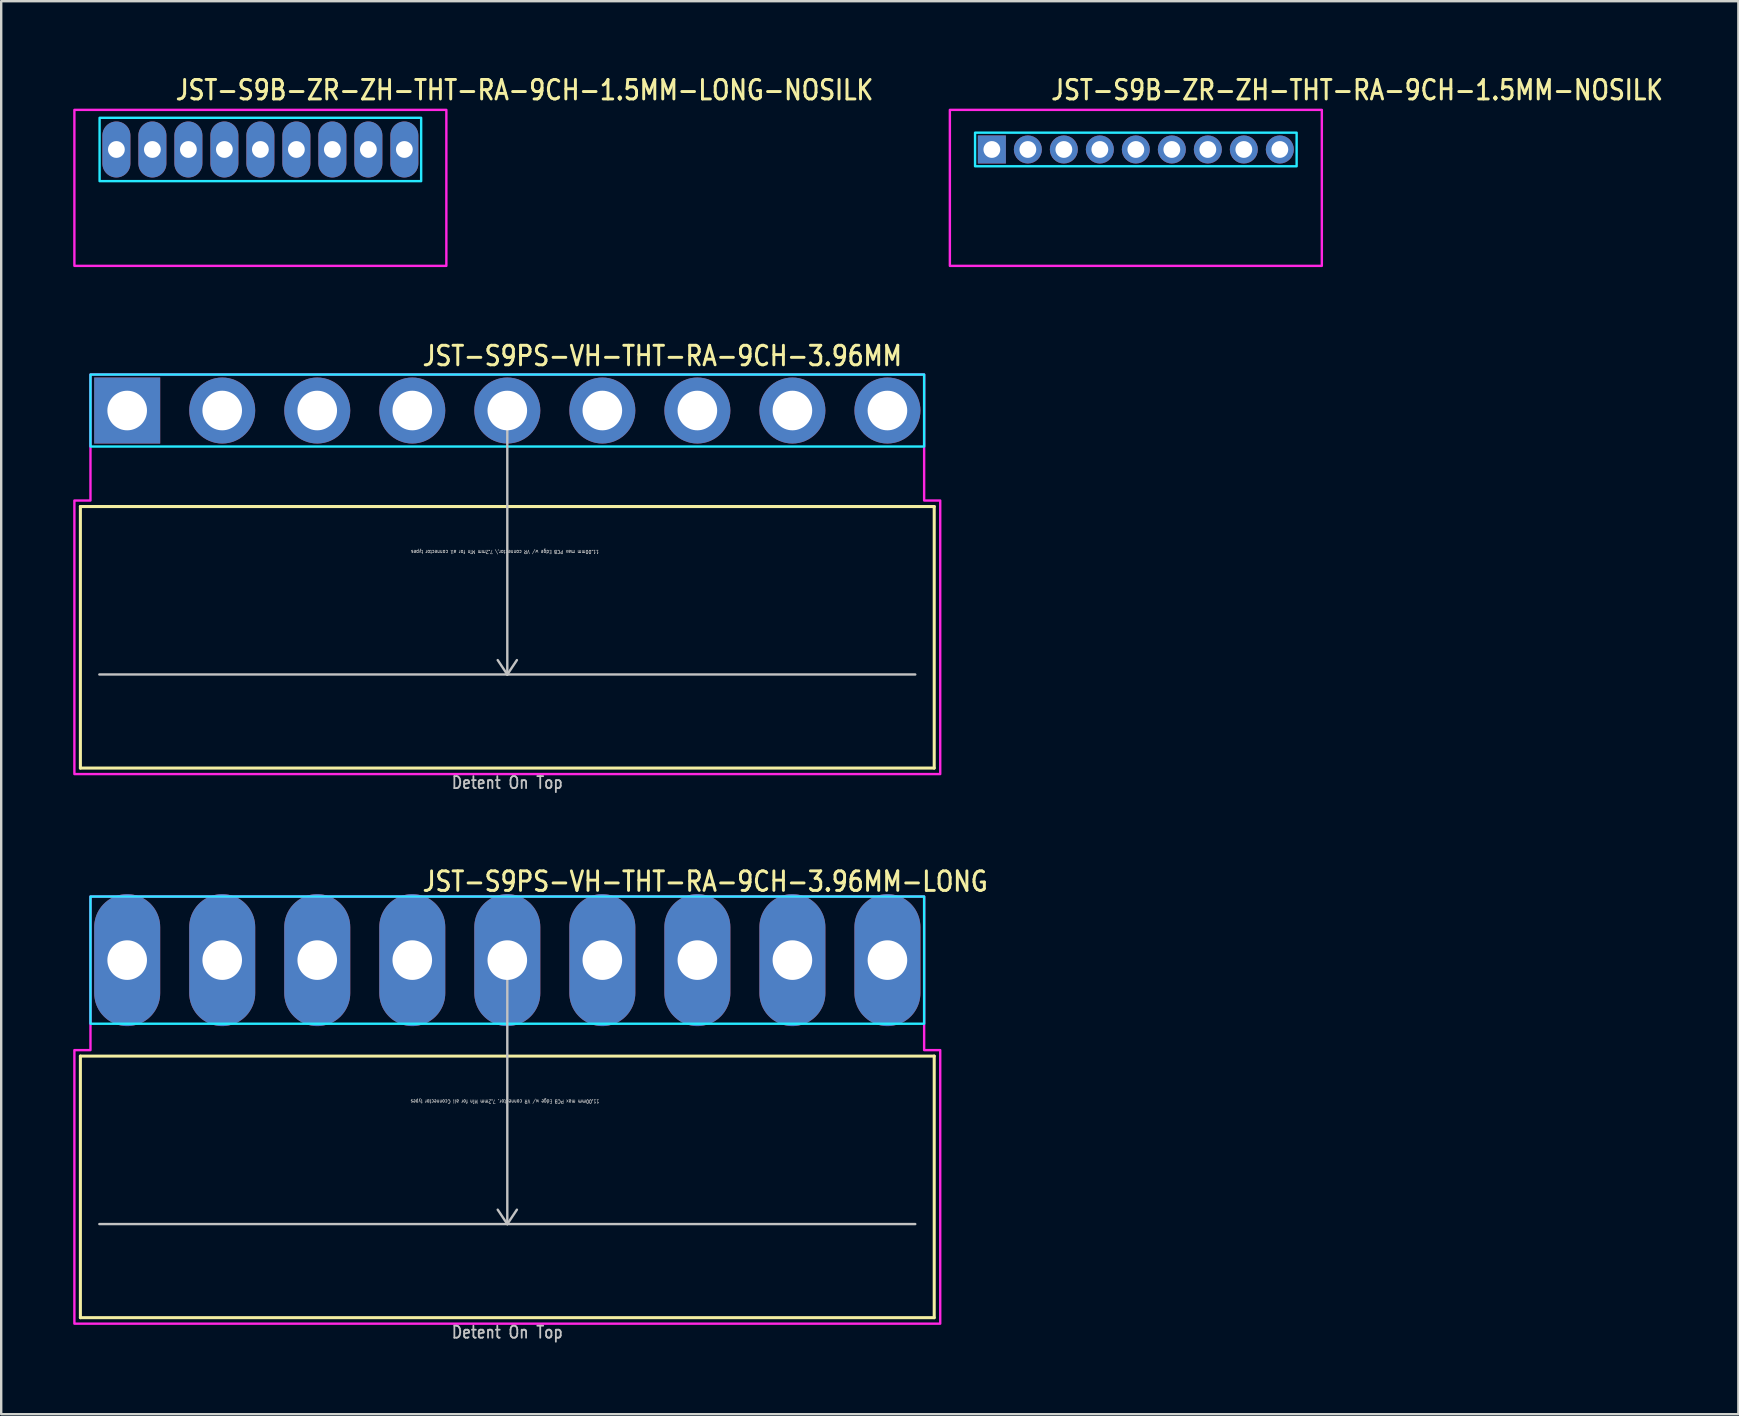
<source format=kicad_pcb>
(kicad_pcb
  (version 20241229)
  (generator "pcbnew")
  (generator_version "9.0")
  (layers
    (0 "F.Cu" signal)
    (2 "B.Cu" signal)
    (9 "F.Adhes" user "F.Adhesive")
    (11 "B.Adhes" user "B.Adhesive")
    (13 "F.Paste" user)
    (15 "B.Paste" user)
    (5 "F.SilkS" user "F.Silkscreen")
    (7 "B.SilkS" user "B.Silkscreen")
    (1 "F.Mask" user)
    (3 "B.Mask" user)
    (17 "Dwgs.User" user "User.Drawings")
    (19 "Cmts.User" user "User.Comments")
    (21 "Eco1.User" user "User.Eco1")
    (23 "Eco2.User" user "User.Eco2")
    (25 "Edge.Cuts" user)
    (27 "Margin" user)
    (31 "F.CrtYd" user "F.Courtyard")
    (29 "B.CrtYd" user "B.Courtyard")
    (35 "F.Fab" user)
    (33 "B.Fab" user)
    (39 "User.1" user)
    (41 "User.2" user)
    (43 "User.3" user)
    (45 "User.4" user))
  (footprint "JST-S9PS-VH-THT-RA-9CH-3.96MM-LONG"
    (layer "F.Cu")
    (at 18.09 36.959)
    (property "Reference" "JST-S9PS-VH-THT-RA-9CH-3.96MM-LONG" (at -3.6 -2.8 0) (unlocked yes) (layer "F.SilkS") (effects (font (size 0.813 0.695) (thickness 0.122)) (justify left bottom)))
    (fp_line (start -17.79 4) (end 17.79 4) (stroke (width 0.127) (type solid)) (layer "F.SilkS"))
    (fp_line (start -17.79 14.9) (end -17.79 4) (stroke (width 0.127) (type solid)) (layer "F.SilkS"))
    (fp_line (start -17.79 14.9) (end 17.79 14.9) (stroke (width 0.127) (type solid)) (layer "F.SilkS"))
    (fp_line (start 17.79 4) (end 17.79 14.9) (stroke (width 0.127) (type solid)) (layer "F.SilkS"))
    (fp_line (start -17 11) (end 17 11) (stroke (width 0.1) (type solid)) (layer "Dwgs.User"))
    (fp_line (start 0 0) (end -0.4 0.6) (stroke (width 0.1) (type solid)) (layer "Dwgs.User"))
    (fp_line (start 0 0) (end 0 11) (stroke (width 0.1) (type solid)) (layer "Dwgs.User"))
    (fp_line (start 0 0) (end 0.4 0.6) (stroke (width 0.1) (type solid)) (layer "Dwgs.User"))
    (fp_line (start 0 11) (end -0.4 10.4) (stroke (width 0.1) (type solid)) (layer "Dwgs.User"))
    (fp_line (start 0 11) (end 0.4 10.4) (stroke (width 0.1) (type solid)) (layer "Dwgs.User"))
    (fp_poly (pts (xy -17.37 -2.65) (xy -17.37 2.65) (xy 17.37 2.65) (xy 17.37 -2.65)) (stroke (width 0.1) (type solid)) (fill no) (layer "B.CrtYd"))
    (fp_poly (pts (xy -18.04 3.75) (xy -18.04 15.15) (xy 18.04 15.15) (xy 18.04 3.75) (xy 17.37 3.75) (xy 17.37 -2.65) (xy -17.37 -2.65) (xy -17.37 3.75)) (stroke (width 0.1) (type solid)) (fill no) (layer "F.CrtYd"))
    (fp_text user "Detent On Top" (at 0 15.8 0) (unlocked yes) (layer "Dwgs.User") (effects (font (size 0.5 0.427) (thickness 0.075)) (justify bottom)))
    (fp_text user "11.00mm max PCB Edge w/ VR connector, 7.2mm Min for all Cconnector types" (at -0.1 5.8 180) (unlocked yes) (layer "Dwgs.User") (effects (font (size 0.15 0.128) (thickness 0.022)) (justify bottom)))
    (pad "1" thru_hole oval (at -15.84 0 90) (size 5.5 2.75) (drill 1.65) (layers "*.Cu" "*.Mask"))
    (pad "2" thru_hole oval (at -11.88 0 90) (size 5.5 2.75) (drill 1.65) (layers "*.Cu" "*.Mask"))
    (pad "3" thru_hole oval (at -7.92 0 90) (size 5.5 2.75) (drill 1.65) (layers "*.Cu" "*.Mask"))
    (pad "4" thru_hole oval (at -3.96 0 90) (size 5.5 2.75) (drill 1.65) (layers "*.Cu" "*.Mask"))
    (pad "5" thru_hole oval (at 0 0 90) (size 5.5 2.75) (drill 1.65) (layers "*.Cu" "*.Mask"))
    (pad "6" thru_hole oval (at 3.96 0 90) (size 5.5 2.75) (drill 1.65) (layers "*.Cu" "*.Mask"))
    (pad "7" thru_hole oval (at 7.92 0 90) (size 5.5 2.75) (drill 1.65) (layers "*.Cu" "*.Mask"))
    (pad "8" thru_hole oval (at 11.88 0 90) (size 5.5 2.75) (drill 1.65) (layers "*.Cu" "*.Mask"))
    (pad "9" thru_hole oval (at 15.84 0 90) (size 5.5 2.75) (drill 1.65) (layers "*.Cu" "*.Mask")))
  (footprint "JST-S9PS-VH-THT-RA-9CH-3.96MM"
    (layer "F.Cu")
    (at 18.09 14.057)
    (property "Reference" "JST-S9PS-VH-THT-RA-9CH-3.96MM" (at -3.6 -1.8 0) (unlocked yes) (layer "F.SilkS") (effects (font (size 0.813 0.695) (thickness 0.122)) (justify left bottom)))
    (fp_line (start -17.79 4) (end 17.79 4) (stroke (width 0.127) (type solid)) (layer "F.SilkS"))
    (fp_line (start -17.79 14.9) (end -17.79 4) (stroke (width 0.127) (type solid)) (layer "F.SilkS"))
    (fp_line (start -17.79 14.9) (end 17.79 14.9) (stroke (width 0.127) (type solid)) (layer "F.SilkS"))
    (fp_line (start 17.79 4) (end 17.79 14.9) (stroke (width 0.127) (type solid)) (layer "F.SilkS"))
    (fp_line (start -17 11) (end 17 11) (stroke (width 0.1) (type solid)) (layer "Dwgs.User"))
    (fp_line (start 0 0) (end -0.4 0.6) (stroke (width 0.1) (type solid)) (layer "Dwgs.User"))
    (fp_line (start 0 0) (end 0 11) (stroke (width 0.1) (type solid)) (layer "Dwgs.User"))
    (fp_line (start 0 0) (end 0.4 0.6) (stroke (width 0.1) (type solid)) (layer "Dwgs.User"))
    (fp_line (start 0 11) (end -0.4 10.4) (stroke (width 0.1) (type solid)) (layer "Dwgs.User"))
    (fp_line (start 0 11) (end 0.4 10.4) (stroke (width 0.1) (type solid)) (layer "Dwgs.User"))
    (fp_poly (pts (xy -17.37 -1.5) (xy -17.37 1.5) (xy 17.37 1.5) (xy 17.37 -1.5)) (stroke (width 0.1) (type solid)) (fill no) (layer "B.CrtYd"))
    (fp_poly (pts (xy -18.04 3.75) (xy -18.04 15.15) (xy 18.04 15.15) (xy 18.04 3.75) (xy 17.37 3.75) (xy 17.37 -1.5) (xy -17.37 -1.5) (xy -17.37 3.75)) (stroke (width 0.1) (type solid)) (fill no) (layer "F.CrtYd"))
    (fp_text user "Detent On Top" (at 0 15.8 0) (unlocked yes) (layer "Dwgs.User") (effects (font (size 0.5 0.427) (thickness 0.075)) (justify bottom)))
    (fp_text user "11.00mm max PCB Edge w/ VR connector,\\ 7.2mm Min for all connector types" (at -0.1 5.8 180) (unlocked yes) (layer "Dwgs.User") (effects (font (size 0.15 0.128) (thickness 0.022)) (justify bottom)))
    (pad "1" thru_hole rect (at -15.84 0) (size 2.75 2.75) (drill 1.65) (layers "*.Cu" "*.Mask"))
    (pad "2" thru_hole oval (at -11.88 0) (size 2.75 2.75) (drill 1.65) (layers "*.Cu" "*.Mask"))
    (pad "3" thru_hole oval (at -7.92 0) (size 2.75 2.75) (drill 1.65) (layers "*.Cu" "*.Mask"))
    (pad "4" thru_hole oval (at -3.96 0) (size 2.75 2.75) (drill 1.65) (layers "*.Cu" "*.Mask"))
    (pad "5" thru_hole oval (at 0 0) (size 2.75 2.75) (drill 1.65) (layers "*.Cu" "*.Mask"))
    (pad "6" thru_hole oval (at 3.96 0) (size 2.75 2.75) (drill 1.65) (layers "*.Cu" "*.Mask"))
    (pad "7" thru_hole oval (at 7.92 0) (size 2.75 2.75) (drill 1.65) (layers "*.Cu" "*.Mask"))
    (pad "8" thru_hole oval (at 11.88 0) (size 2.75 2.75) (drill 1.65) (layers "*.Cu" "*.Mask"))
    (pad "9" thru_hole oval (at 15.84 0) (size 2.75 2.75) (drill 1.65) (layers "*.Cu" "*.Mask")))
  (footprint "JST-S9B-ZR-ZH-THT-RA-9CH-1.5MM-LONG-NOSILK"
    (layer "F.Cu")
    (at 7.8 3.179)
    (property "Reference" "JST-S9B-ZR-ZH-THT-RA-9CH-1.5MM-LONG-NOSILK" (at -3.6 -2 0) (unlocked yes) (layer "F.SilkS") (effects (font (size 0.813 0.695) (thickness 0.122)) (justify left bottom)))
    (fp_poly (pts (xy -6.7 -1.32) (xy -6.7 1.32) (xy 6.7 1.32) (xy 6.7 -1.32)) (stroke (width 0.1) (type solid)) (fill no) (layer "B.CrtYd"))
    (fp_poly (pts (xy -7.75 -1.65) (xy -7.75 4.85) (xy 7.75 4.85) (xy 7.75 -1.65)) (stroke (width 0.1) (type solid)) (fill no) (layer "F.CrtYd"))
    (pad "1" thru_hole oval (at -6 0 90) (size 2.333 1.167) (drill 0.7) (layers "*.Cu" "*.Mask"))
    (pad "2" thru_hole oval (at -4.5 0 90) (size 2.333 1.167) (drill 0.7) (layers "*.Cu" "*.Mask"))
    (pad "3" thru_hole oval (at -3 0 90) (size 2.333 1.167) (drill 0.7) (layers "*.Cu" "*.Mask"))
    (pad "4" thru_hole oval (at -1.5 0 90) (size 2.333 1.167) (drill 0.7) (layers "*.Cu" "*.Mask"))
    (pad "5" thru_hole oval (at 0 0 90) (size 2.333 1.167) (drill 0.7) (layers "*.Cu" "*.Mask"))
    (pad "6" thru_hole oval (at 1.5 0 90) (size 2.333 1.167) (drill 0.7) (layers "*.Cu" "*.Mask"))
    (pad "7" thru_hole oval (at 3 0 90) (size 2.333 1.167) (drill 0.7) (layers "*.Cu" "*.Mask"))
    (pad "8" thru_hole oval (at 4.5 0 90) (size 2.333 1.167) (drill 0.7) (layers "*.Cu" "*.Mask"))
    (pad "9" thru_hole oval (at 6 0 90) (size 2.333 1.167) (drill 0.7) (layers "*.Cu" "*.Mask")))
  (footprint "JST-S9B-ZR-ZH-THT-RA-9CH-1.5MM-NOSILK"
    (layer "F.Cu")
    (at 44.282 3.179)
    (property "Reference" "JST-S9B-ZR-ZH-THT-RA-9CH-1.5MM-NOSILK" (at -3.6 -2 0) (unlocked yes) (layer "F.SilkS") (effects (font (size 0.813 0.695) (thickness 0.122)) (justify left bottom)))
    (fp_poly (pts (xy -6.7 -0.7) (xy -6.7 0.7) (xy 6.7 0.7) (xy 6.7 -0.7)) (stroke (width 0.1) (type solid)) (fill no) (layer "B.CrtYd"))
    (fp_poly (pts (xy -7.75 -1.65) (xy -7.75 4.85) (xy 7.75 4.85) (xy 7.75 -1.65)) (stroke (width 0.1) (type solid)) (fill no) (layer "F.CrtYd"))
    (pad "1" thru_hole rect (at -6 0) (size 1.167 1.167) (drill 0.7) (layers "*.Cu" "*.Mask"))
    (pad "2" thru_hole oval (at -4.5 0) (size 1.167 1.167) (drill 0.7) (layers "*.Cu" "*.Mask"))
    (pad "3" thru_hole oval (at -3 0) (size 1.167 1.167) (drill 0.7) (layers "*.Cu" "*.Mask"))
    (pad "4" thru_hole oval (at -1.5 0) (size 1.167 1.167) (drill 0.7) (layers "*.Cu" "*.Mask"))
    (pad "5" thru_hole oval (at 0 0) (size 1.167 1.167) (drill 0.7) (layers "*.Cu" "*.Mask"))
    (pad "6" thru_hole oval (at 1.5 0) (size 1.167 1.167) (drill 0.7) (layers "*.Cu" "*.Mask"))
    (pad "7" thru_hole oval (at 3 0) (size 1.167 1.167) (drill 0.7) (layers "*.Cu" "*.Mask"))
    (pad "8" thru_hole oval (at 4.5 0) (size 1.167 1.167) (drill 0.7) (layers "*.Cu" "*.Mask"))
    (pad "9" thru_hole oval (at 6 0) (size 1.167 1.167) (drill 0.7) (layers "*.Cu" "*.Mask")))
  (gr_rect
    (start -3 -3)
    (end 69.39 55.882)
    (stroke (width 0.1) (type default))
    (fill no)
    (layer "Edge.Cuts")))
</source>
